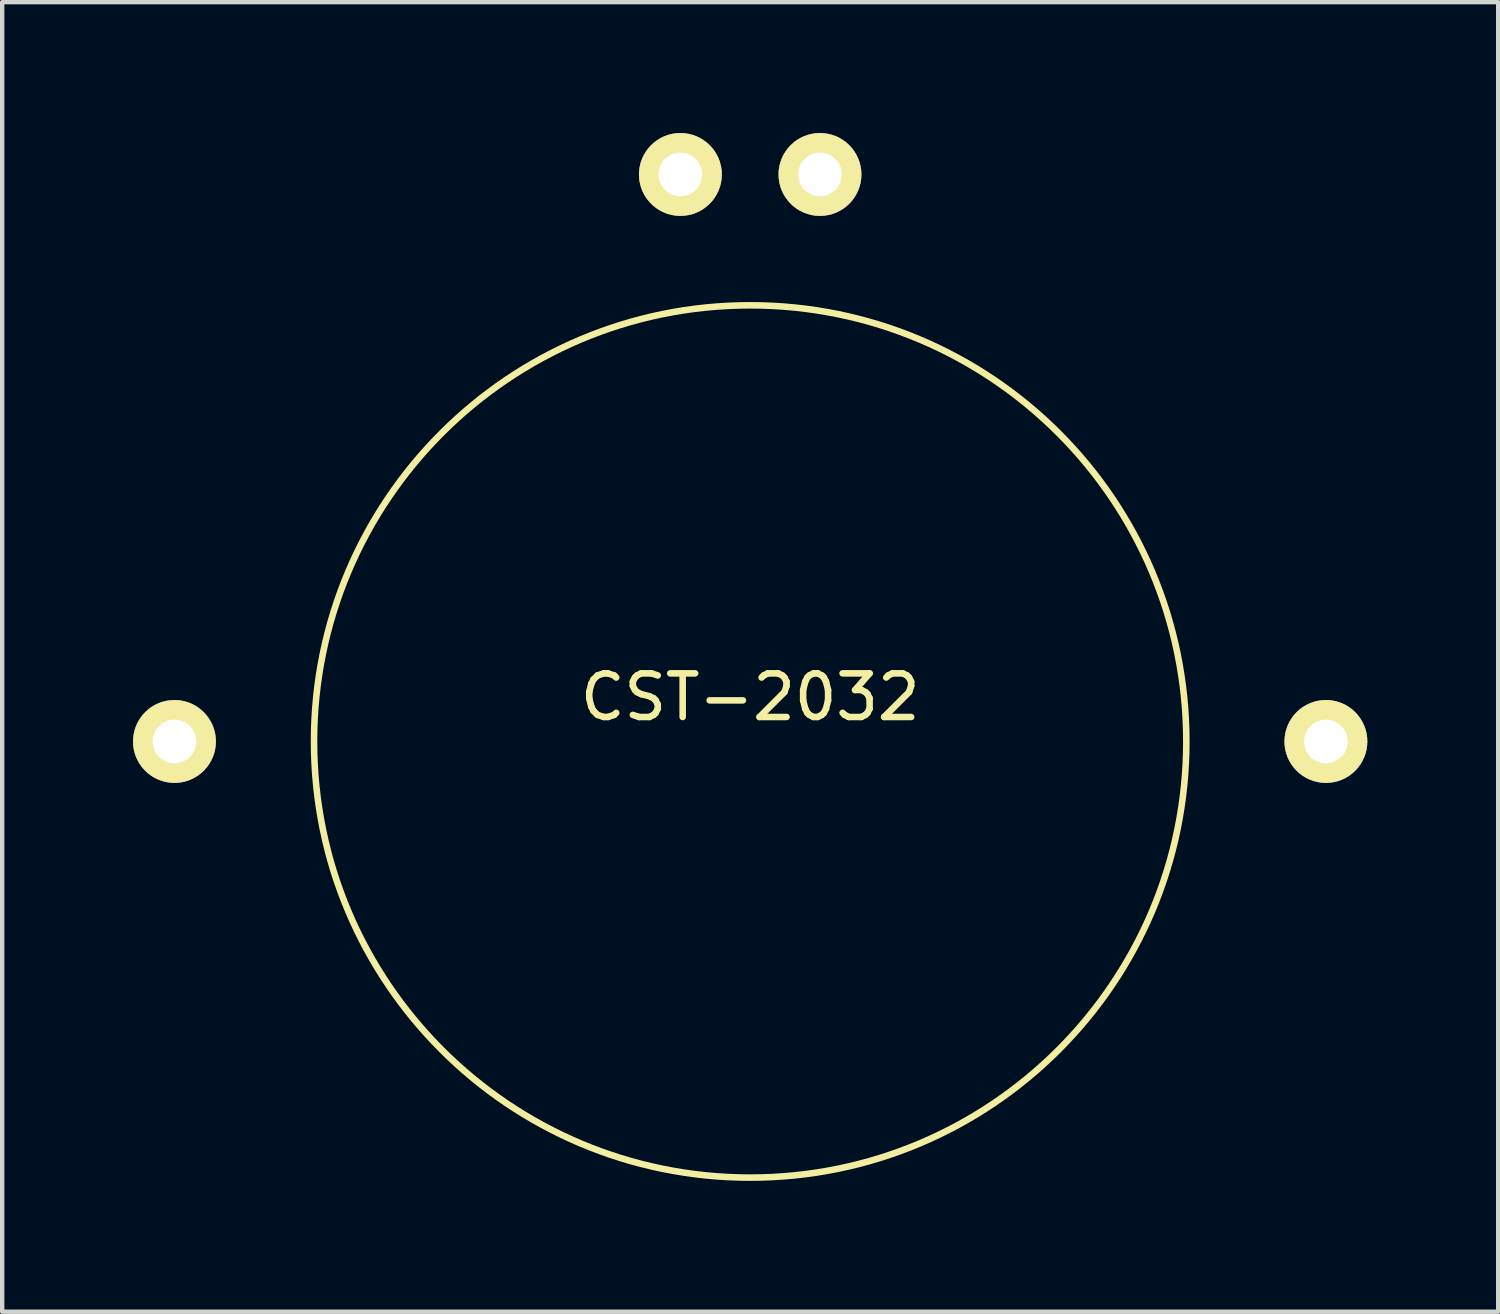
<source format=kicad_pcb>
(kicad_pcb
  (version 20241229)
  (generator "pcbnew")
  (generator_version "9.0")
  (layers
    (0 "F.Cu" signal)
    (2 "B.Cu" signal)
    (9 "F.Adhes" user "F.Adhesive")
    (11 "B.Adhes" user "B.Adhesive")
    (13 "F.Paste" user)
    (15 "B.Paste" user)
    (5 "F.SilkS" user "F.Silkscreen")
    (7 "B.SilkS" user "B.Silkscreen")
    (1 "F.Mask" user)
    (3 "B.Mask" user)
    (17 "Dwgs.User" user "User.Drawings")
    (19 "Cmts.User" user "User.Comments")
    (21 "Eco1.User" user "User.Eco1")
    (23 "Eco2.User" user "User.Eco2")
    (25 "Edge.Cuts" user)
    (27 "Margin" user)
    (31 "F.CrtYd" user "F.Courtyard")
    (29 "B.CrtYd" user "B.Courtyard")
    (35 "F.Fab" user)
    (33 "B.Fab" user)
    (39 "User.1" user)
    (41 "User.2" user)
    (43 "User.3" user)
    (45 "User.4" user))
  (footprint "CST-2032"
    (layer "F.Cu")
    (at 14.15 13.95)
    (property "Reference" "CST-2032" (at 0 -1.016 0) (layer "F.SilkS") (effects (font (size 1 1) (thickness 0.15))))
    (attr through_hole)
    (fp_circle (center 0 0) (end 10 0) (stroke (width 0.15) (type solid)) (fill no) (layer "F.SilkS"))
    (pad "1" thru_hole circle (at -1.6 -13) (size 1.9 1.9) (drill 1) (layers "*.Cu" "*.Mask" "F.SilkS"))
    (pad "2" thru_hole circle (at 1.6 -13) (size 1.9 1.9) (drill 1) (layers "*.Cu" "*.Mask" "F.SilkS"))
    (pad "3" thru_hole circle (at -13.2 0) (size 1.9 1.9) (drill 1) (layers "*.Cu" "*.Mask" "F.SilkS"))
    (pad "4" thru_hole circle (at 13.2 0) (size 1.9 1.9) (drill 1) (layers "*.Cu" "*.Mask" "F.SilkS")))
  (gr_rect
    (start -3 -3)
    (end 31.3 27.025)
    (stroke (width 0.1) (type default))
    (fill no)
    (layer "Edge.Cuts")))
</source>
